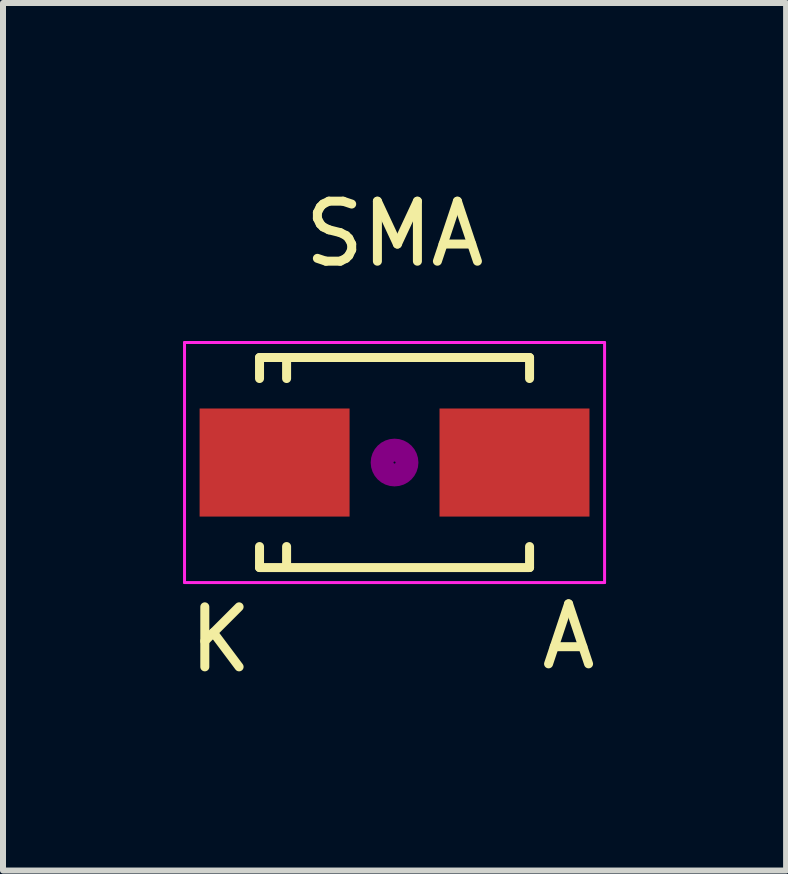
<source format=kicad_pcb>
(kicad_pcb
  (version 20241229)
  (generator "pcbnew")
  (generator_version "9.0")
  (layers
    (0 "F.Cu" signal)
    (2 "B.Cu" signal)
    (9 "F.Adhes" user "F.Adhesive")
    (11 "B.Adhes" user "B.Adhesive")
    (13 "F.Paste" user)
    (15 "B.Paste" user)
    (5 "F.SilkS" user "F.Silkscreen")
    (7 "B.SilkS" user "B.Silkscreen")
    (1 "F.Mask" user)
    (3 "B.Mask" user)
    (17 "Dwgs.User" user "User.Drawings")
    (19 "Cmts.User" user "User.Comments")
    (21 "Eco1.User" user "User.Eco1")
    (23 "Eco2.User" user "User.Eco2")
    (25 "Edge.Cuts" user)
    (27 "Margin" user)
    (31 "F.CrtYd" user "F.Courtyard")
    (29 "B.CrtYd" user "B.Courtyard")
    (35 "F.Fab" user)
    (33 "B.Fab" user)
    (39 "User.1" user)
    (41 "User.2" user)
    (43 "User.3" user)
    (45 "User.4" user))
  (footprint "SMA"
    (layer "F.Cu")
    (at 3.525 4.658)
    (property "Reference" "SMA" (at 0 -3.81 0) (layer "F.SilkS") (effects (font (size 1 1) (thickness 0.15))))
    (attr smd)
    (fp_line (start -2.25 -1.75) (end -2.25 -1.4) (stroke (width 0.15) (type solid)) (layer "F.SilkS"))
    (fp_line (start -2.25 -1.75) (end 2.25 -1.75) (stroke (width 0.15) (type solid)) (layer "F.SilkS"))
    (fp_line (start -2.25 1.75) (end -2.25 1.4) (stroke (width 0.15) (type solid)) (layer "F.SilkS"))
    (fp_line (start -2.25 1.75) (end 2.25 1.75) (stroke (width 0.15) (type solid)) (layer "F.SilkS"))
    (fp_line (start -1.799 -1.75) (end -1.799 -1.4) (stroke (width 0.15) (type solid)) (layer "F.SilkS"))
    (fp_line (start -1.799 1.75) (end -1.799 1.4) (stroke (width 0.15) (type solid)) (layer "F.SilkS"))
    (fp_line (start 2.25 -1.75) (end 2.25 -1.4) (stroke (width 0.15) (type solid)) (layer "F.SilkS"))
    (fp_line (start 2.25 1.75) (end 2.25 1.4) (stroke (width 0.15) (type solid)) (layer "F.SilkS"))
    (fp_circle (center 0 0) (end 0.201 -0.051) (stroke (width 0.381) (type solid)) (fill no) (layer "F.Adhes"))
    (fp_line (start -3.5 -2) (end 3.5 -2) (stroke (width 0.05) (type solid)) (layer "F.CrtYd"))
    (fp_line (start -3.5 2) (end -3.5 -2) (stroke (width 0.05) (type solid)) (layer "F.CrtYd"))
    (fp_line (start 3.5 -2) (end 3.5 2) (stroke (width 0.05) (type solid)) (layer "F.CrtYd"))
    (fp_line (start 3.5 2) (end -3.5 2) (stroke (width 0.05) (type solid)) (layer "F.CrtYd"))
    (fp_text user "K" (at -2.9 2.95 0) (layer "F.SilkS") (effects (font (size 1 1) (thickness 0.15))))
    (fp_text user "A" (at 2.9 2.9 0) (layer "F.SilkS") (effects (font (size 1 1) (thickness 0.15))))
    (pad "1" smd rect (at -1.999 0) (size 2.499 1.801) (layers "F.Cu" "F.Mask" "F.Paste"))
    (pad "2" smd rect (at 1.999 0) (size 2.499 1.801) (layers "F.Cu" "F.Mask" "F.Paste")))
  (gr_rect
    (start -3 -3)
    (end 10.05 11.457)
    (stroke (width 0.1) (type default))
    (fill no)
    (layer "Edge.Cuts")))
</source>
